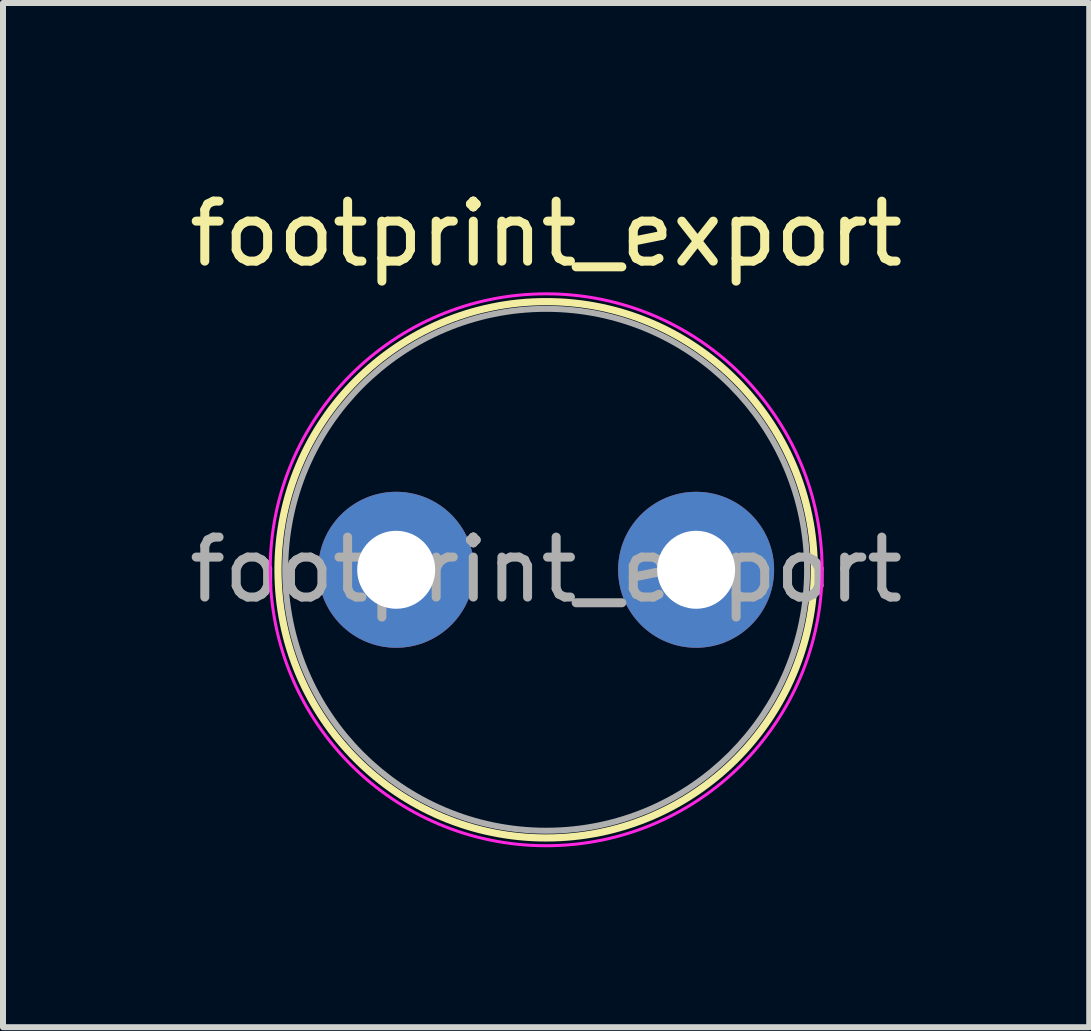
<source format=kicad_pcb>
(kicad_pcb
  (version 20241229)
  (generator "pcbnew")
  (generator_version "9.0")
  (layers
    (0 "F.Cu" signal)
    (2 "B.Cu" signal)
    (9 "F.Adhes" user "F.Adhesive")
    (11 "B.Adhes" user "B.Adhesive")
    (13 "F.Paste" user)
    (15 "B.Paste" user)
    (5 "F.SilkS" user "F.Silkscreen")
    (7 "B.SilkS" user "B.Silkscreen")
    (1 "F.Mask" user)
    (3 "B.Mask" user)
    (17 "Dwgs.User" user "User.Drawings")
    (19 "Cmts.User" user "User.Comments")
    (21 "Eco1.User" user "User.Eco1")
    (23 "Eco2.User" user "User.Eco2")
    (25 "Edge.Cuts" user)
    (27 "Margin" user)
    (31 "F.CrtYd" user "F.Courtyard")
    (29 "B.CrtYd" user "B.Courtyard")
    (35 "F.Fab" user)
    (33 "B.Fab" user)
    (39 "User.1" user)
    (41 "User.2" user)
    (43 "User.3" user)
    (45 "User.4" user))
  (footprint "footprint_export"
    (layer "F.Cu")
    (at 3.554 6.448)
    (property "Reference" "footprint_export" (at 2.5 -5.6 0) (layer "F.SilkS") (effects (font (size 1 1) (thickness 0.15))))
    (attr through_hole)
    (fp_circle (center 2.5 0) (end 6.97 0) (stroke (width 0.12) (type solid)) (fill no) (layer "F.SilkS"))
    (fp_circle (center 2.5 0) (end 7.1 0) (stroke (width 0.05) (type solid)) (fill no) (layer "F.CrtYd"))
    (fp_circle (center 2.5 0) (end 6.85 0) (stroke (width 0.1) (type solid)) (fill no) (layer "F.Fab"))
    (fp_text user "${REFERENCE}" (at 2.5 0 0) (layer "F.Fab") (effects (font (size 1 1) (thickness 0.15))))
    (pad "1" thru_hole circle (at 0 0) (size 2.6 2.6) (drill 1.3) (layers "*.Cu" "*.Mask"))
    (pad "2" thru_hole circle (at 5 0) (size 2.6 2.6) (drill 1.3) (layers "*.Cu" "*.Mask")))
  (gr_rect
    (start -3 -3)
    (end 15.107 14.073)
    (stroke (width 0.1) (type default))
    (fill no)
    (layer "Edge.Cuts")))
</source>
